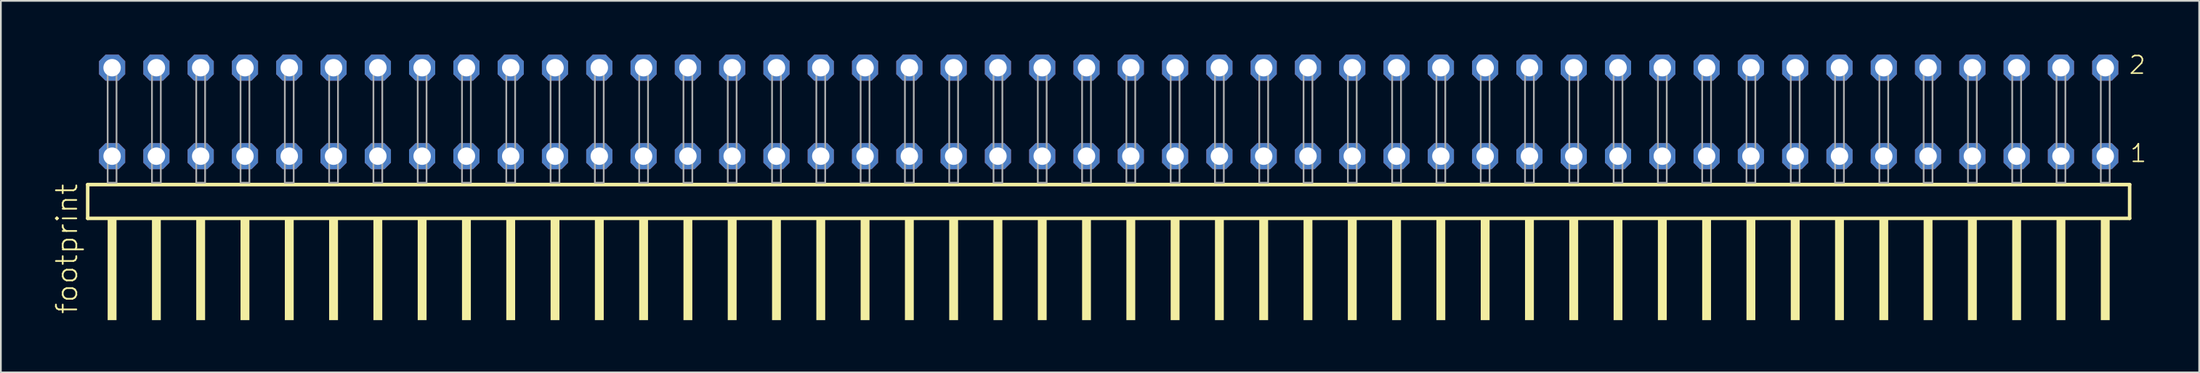
<source format=kicad_pcb>
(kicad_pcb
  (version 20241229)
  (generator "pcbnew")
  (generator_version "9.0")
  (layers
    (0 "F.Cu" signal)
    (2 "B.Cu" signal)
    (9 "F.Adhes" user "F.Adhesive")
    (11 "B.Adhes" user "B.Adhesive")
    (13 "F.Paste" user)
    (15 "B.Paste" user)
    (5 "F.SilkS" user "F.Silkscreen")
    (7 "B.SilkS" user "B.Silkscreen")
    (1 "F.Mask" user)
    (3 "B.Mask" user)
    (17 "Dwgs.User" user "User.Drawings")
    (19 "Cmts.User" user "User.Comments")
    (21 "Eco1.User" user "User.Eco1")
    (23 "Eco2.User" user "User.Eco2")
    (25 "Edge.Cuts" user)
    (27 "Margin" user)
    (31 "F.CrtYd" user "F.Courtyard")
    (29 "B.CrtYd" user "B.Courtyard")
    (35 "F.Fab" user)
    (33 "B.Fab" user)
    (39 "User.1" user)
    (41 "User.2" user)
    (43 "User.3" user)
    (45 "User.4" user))
  (footprint "footprint"
    (layer "F.Cu")
    (at 60.528 7.441)
    (property "Reference" "footprint" (at -59.055 7.62 90) (layer "F.SilkS") (effects (font (size 1.168 1.168) (thickness 0.102)) (justify left bottom)))
    (fp_line (start -58.549 0.106) (end -58.549 2.046) (stroke (width 0.203) (type solid)) (layer "F.SilkS"))
    (fp_line (start -58.549 2.046) (end 58.549 2.046) (stroke (width 0.203) (type solid)) (layer "F.SilkS"))
    (fp_line (start 58.549 0.106) (end -58.549 0.106) (stroke (width 0.203) (type solid)) (layer "F.SilkS"))
    (fp_line (start 58.549 2.046) (end 58.549 0.106) (stroke (width 0.203) (type solid)) (layer "F.SilkS"))
    (fp_poly (pts (xy -57.404 7.89) (xy -56.896 7.89) (xy -56.896 2.04) (xy -57.404 2.04)) (stroke (width 0) (type solid)) (fill yes) (layer "F.SilkS"))
    (fp_poly (pts (xy -54.864 7.89) (xy -54.356 7.89) (xy -54.356 2.04) (xy -54.864 2.04)) (stroke (width 0) (type solid)) (fill yes) (layer "F.SilkS"))
    (fp_poly (pts (xy -52.324 7.89) (xy -51.816 7.89) (xy -51.816 2.04) (xy -52.324 2.04)) (stroke (width 0) (type solid)) (fill yes) (layer "F.SilkS"))
    (fp_poly (pts (xy -49.784 7.89) (xy -49.276 7.89) (xy -49.276 2.04) (xy -49.784 2.04)) (stroke (width 0) (type solid)) (fill yes) (layer "F.SilkS"))
    (fp_poly (pts (xy -47.244 7.89) (xy -46.736 7.89) (xy -46.736 2.04) (xy -47.244 2.04)) (stroke (width 0) (type solid)) (fill yes) (layer "F.SilkS"))
    (fp_poly (pts (xy -44.704 7.89) (xy -44.196 7.89) (xy -44.196 2.04) (xy -44.704 2.04)) (stroke (width 0) (type solid)) (fill yes) (layer "F.SilkS"))
    (fp_poly (pts (xy -42.164 7.89) (xy -41.656 7.89) (xy -41.656 2.04) (xy -42.164 2.04)) (stroke (width 0) (type solid)) (fill yes) (layer "F.SilkS"))
    (fp_poly (pts (xy -39.624 7.89) (xy -39.116 7.89) (xy -39.116 2.04) (xy -39.624 2.04)) (stroke (width 0) (type solid)) (fill yes) (layer "F.SilkS"))
    (fp_poly (pts (xy -37.084 7.89) (xy -36.576 7.89) (xy -36.576 2.04) (xy -37.084 2.04)) (stroke (width 0) (type solid)) (fill yes) (layer "F.SilkS"))
    (fp_poly (pts (xy -34.544 7.89) (xy -34.036 7.89) (xy -34.036 2.04) (xy -34.544 2.04)) (stroke (width 0) (type solid)) (fill yes) (layer "F.SilkS"))
    (fp_poly (pts (xy -32.004 7.89) (xy -31.496 7.89) (xy -31.496 2.04) (xy -32.004 2.04)) (stroke (width 0) (type solid)) (fill yes) (layer "F.SilkS"))
    (fp_poly (pts (xy -29.464 7.89) (xy -28.956 7.89) (xy -28.956 2.04) (xy -29.464 2.04)) (stroke (width 0) (type solid)) (fill yes) (layer "F.SilkS"))
    (fp_poly (pts (xy -26.924 7.89) (xy -26.416 7.89) (xy -26.416 2.04) (xy -26.924 2.04)) (stroke (width 0) (type solid)) (fill yes) (layer "F.SilkS"))
    (fp_poly (pts (xy -24.384 7.89) (xy -23.876 7.89) (xy -23.876 2.04) (xy -24.384 2.04)) (stroke (width 0) (type solid)) (fill yes) (layer "F.SilkS"))
    (fp_poly (pts (xy -21.844 7.89) (xy -21.336 7.89) (xy -21.336 2.04) (xy -21.844 2.04)) (stroke (width 0) (type solid)) (fill yes) (layer "F.SilkS"))
    (fp_poly (pts (xy -19.304 7.89) (xy -18.796 7.89) (xy -18.796 2.04) (xy -19.304 2.04)) (stroke (width 0) (type solid)) (fill yes) (layer "F.SilkS"))
    (fp_poly (pts (xy -16.764 7.89) (xy -16.256 7.89) (xy -16.256 2.04) (xy -16.764 2.04)) (stroke (width 0) (type solid)) (fill yes) (layer "F.SilkS"))
    (fp_poly (pts (xy -14.224 7.89) (xy -13.716 7.89) (xy -13.716 2.04) (xy -14.224 2.04)) (stroke (width 0) (type solid)) (fill yes) (layer "F.SilkS"))
    (fp_poly (pts (xy -11.684 7.89) (xy -11.176 7.89) (xy -11.176 2.04) (xy -11.684 2.04)) (stroke (width 0) (type solid)) (fill yes) (layer "F.SilkS"))
    (fp_poly (pts (xy -9.144 7.89) (xy -8.636 7.89) (xy -8.636 2.04) (xy -9.144 2.04)) (stroke (width 0) (type solid)) (fill yes) (layer "F.SilkS"))
    (fp_poly (pts (xy -6.604 7.89) (xy -6.096 7.89) (xy -6.096 2.04) (xy -6.604 2.04)) (stroke (width 0) (type solid)) (fill yes) (layer "F.SilkS"))
    (fp_poly (pts (xy -4.064 7.89) (xy -3.556 7.89) (xy -3.556 2.04) (xy -4.064 2.04)) (stroke (width 0) (type solid)) (fill yes) (layer "F.SilkS"))
    (fp_poly (pts (xy -1.524 7.89) (xy -1.016 7.89) (xy -1.016 2.04) (xy -1.524 2.04)) (stroke (width 0) (type solid)) (fill yes) (layer "F.SilkS"))
    (fp_poly (pts (xy 1.016 7.89) (xy 1.524 7.89) (xy 1.524 2.04) (xy 1.016 2.04)) (stroke (width 0) (type solid)) (fill yes) (layer "F.SilkS"))
    (fp_poly (pts (xy 3.556 7.89) (xy 4.064 7.89) (xy 4.064 2.04) (xy 3.556 2.04)) (stroke (width 0) (type solid)) (fill yes) (layer "F.SilkS"))
    (fp_poly (pts (xy 6.096 7.89) (xy 6.604 7.89) (xy 6.604 2.04) (xy 6.096 2.04)) (stroke (width 0) (type solid)) (fill yes) (layer "F.SilkS"))
    (fp_poly (pts (xy 8.636 7.89) (xy 9.144 7.89) (xy 9.144 2.04) (xy 8.636 2.04)) (stroke (width 0) (type solid)) (fill yes) (layer "F.SilkS"))
    (fp_poly (pts (xy 11.176 7.89) (xy 11.684 7.89) (xy 11.684 2.04) (xy 11.176 2.04)) (stroke (width 0) (type solid)) (fill yes) (layer "F.SilkS"))
    (fp_poly (pts (xy 13.716 7.89) (xy 14.224 7.89) (xy 14.224 2.04) (xy 13.716 2.04)) (stroke (width 0) (type solid)) (fill yes) (layer "F.SilkS"))
    (fp_poly (pts (xy 16.256 7.89) (xy 16.764 7.89) (xy 16.764 2.04) (xy 16.256 2.04)) (stroke (width 0) (type solid)) (fill yes) (layer "F.SilkS"))
    (fp_poly (pts (xy 18.796 7.89) (xy 19.304 7.89) (xy 19.304 2.04) (xy 18.796 2.04)) (stroke (width 0) (type solid)) (fill yes) (layer "F.SilkS"))
    (fp_poly (pts (xy 21.336 7.89) (xy 21.844 7.89) (xy 21.844 2.04) (xy 21.336 2.04)) (stroke (width 0) (type solid)) (fill yes) (layer "F.SilkS"))
    (fp_poly (pts (xy 23.876 7.89) (xy 24.384 7.89) (xy 24.384 2.04) (xy 23.876 2.04)) (stroke (width 0) (type solid)) (fill yes) (layer "F.SilkS"))
    (fp_poly (pts (xy 26.416 7.89) (xy 26.924 7.89) (xy 26.924 2.04) (xy 26.416 2.04)) (stroke (width 0) (type solid)) (fill yes) (layer "F.SilkS"))
    (fp_poly (pts (xy 28.956 7.89) (xy 29.464 7.89) (xy 29.464 2.04) (xy 28.956 2.04)) (stroke (width 0) (type solid)) (fill yes) (layer "F.SilkS"))
    (fp_poly (pts (xy 31.496 7.89) (xy 32.004 7.89) (xy 32.004 2.04) (xy 31.496 2.04)) (stroke (width 0) (type solid)) (fill yes) (layer "F.SilkS"))
    (fp_poly (pts (xy 34.036 7.89) (xy 34.544 7.89) (xy 34.544 2.04) (xy 34.036 2.04)) (stroke (width 0) (type solid)) (fill yes) (layer "F.SilkS"))
    (fp_poly (pts (xy 36.576 7.89) (xy 37.084 7.89) (xy 37.084 2.04) (xy 36.576 2.04)) (stroke (width 0) (type solid)) (fill yes) (layer "F.SilkS"))
    (fp_poly (pts (xy 39.116 7.89) (xy 39.624 7.89) (xy 39.624 2.04) (xy 39.116 2.04)) (stroke (width 0) (type solid)) (fill yes) (layer "F.SilkS"))
    (fp_poly (pts (xy 41.656 7.89) (xy 42.164 7.89) (xy 42.164 2.04) (xy 41.656 2.04)) (stroke (width 0) (type solid)) (fill yes) (layer "F.SilkS"))
    (fp_poly (pts (xy 44.196 7.89) (xy 44.704 7.89) (xy 44.704 2.04) (xy 44.196 2.04)) (stroke (width 0) (type solid)) (fill yes) (layer "F.SilkS"))
    (fp_poly (pts (xy 46.736 7.89) (xy 47.244 7.89) (xy 47.244 2.04) (xy 46.736 2.04)) (stroke (width 0) (type solid)) (fill yes) (layer "F.SilkS"))
    (fp_poly (pts (xy 49.276 7.89) (xy 49.784 7.89) (xy 49.784 2.04) (xy 49.276 2.04)) (stroke (width 0) (type solid)) (fill yes) (layer "F.SilkS"))
    (fp_poly (pts (xy 51.816 7.89) (xy 52.324 7.89) (xy 52.324 2.04) (xy 51.816 2.04)) (stroke (width 0) (type solid)) (fill yes) (layer "F.SilkS"))
    (fp_poly (pts (xy 54.356 7.89) (xy 54.864 7.89) (xy 54.864 2.04) (xy 54.356 2.04)) (stroke (width 0) (type solid)) (fill yes) (layer "F.SilkS"))
    (fp_poly (pts (xy 56.896 7.89) (xy 57.404 7.89) (xy 57.404 2.04) (xy 56.896 2.04)) (stroke (width 0) (type solid)) (fill yes) (layer "F.SilkS"))
    (fp_poly (pts (xy -57.404 0) (xy -56.896 0) (xy -56.896 -6.858) (xy -57.404 -6.858)) (stroke (width 0.1) (type solid)) (fill no) (layer "F.Fab"))
    (fp_poly (pts (xy -54.864 0) (xy -54.356 0) (xy -54.356 -6.858) (xy -54.864 -6.858)) (stroke (width 0.1) (type solid)) (fill no) (layer "F.Fab"))
    (fp_poly (pts (xy -52.324 0) (xy -51.816 0) (xy -51.816 -6.858) (xy -52.324 -6.858)) (stroke (width 0.1) (type solid)) (fill no) (layer "F.Fab"))
    (fp_poly (pts (xy -49.784 0) (xy -49.276 0) (xy -49.276 -6.858) (xy -49.784 -6.858)) (stroke (width 0.1) (type solid)) (fill no) (layer "F.Fab"))
    (fp_poly (pts (xy -47.244 0) (xy -46.736 0) (xy -46.736 -6.858) (xy -47.244 -6.858)) (stroke (width 0.1) (type solid)) (fill no) (layer "F.Fab"))
    (fp_poly (pts (xy -44.704 0) (xy -44.196 0) (xy -44.196 -6.858) (xy -44.704 -6.858)) (stroke (width 0.1) (type solid)) (fill no) (layer "F.Fab"))
    (fp_poly (pts (xy -42.164 0) (xy -41.656 0) (xy -41.656 -6.858) (xy -42.164 -6.858)) (stroke (width 0.1) (type solid)) (fill no) (layer "F.Fab"))
    (fp_poly (pts (xy -39.624 0) (xy -39.116 0) (xy -39.116 -6.858) (xy -39.624 -6.858)) (stroke (width 0.1) (type solid)) (fill no) (layer "F.Fab"))
    (fp_poly (pts (xy -37.084 0) (xy -36.576 0) (xy -36.576 -6.858) (xy -37.084 -6.858)) (stroke (width 0.1) (type solid)) (fill no) (layer "F.Fab"))
    (fp_poly (pts (xy -34.544 0) (xy -34.036 0) (xy -34.036 -6.858) (xy -34.544 -6.858)) (stroke (width 0.1) (type solid)) (fill no) (layer "F.Fab"))
    (fp_poly (pts (xy -32.004 0) (xy -31.496 0) (xy -31.496 -6.858) (xy -32.004 -6.858)) (stroke (width 0.1) (type solid)) (fill no) (layer "F.Fab"))
    (fp_poly (pts (xy -29.464 0) (xy -28.956 0) (xy -28.956 -6.858) (xy -29.464 -6.858)) (stroke (width 0.1) (type solid)) (fill no) (layer "F.Fab"))
    (fp_poly (pts (xy -26.924 0) (xy -26.416 0) (xy -26.416 -6.858) (xy -26.924 -6.858)) (stroke (width 0.1) (type solid)) (fill no) (layer "F.Fab"))
    (fp_poly (pts (xy -24.384 0) (xy -23.876 0) (xy -23.876 -6.858) (xy -24.384 -6.858)) (stroke (width 0.1) (type solid)) (fill no) (layer "F.Fab"))
    (fp_poly (pts (xy -21.844 0) (xy -21.336 0) (xy -21.336 -6.858) (xy -21.844 -6.858)) (stroke (width 0.1) (type solid)) (fill no) (layer "F.Fab"))
    (fp_poly (pts (xy -19.304 0) (xy -18.796 0) (xy -18.796 -6.858) (xy -19.304 -6.858)) (stroke (width 0.1) (type solid)) (fill no) (layer "F.Fab"))
    (fp_poly (pts (xy -16.764 0) (xy -16.256 0) (xy -16.256 -6.858) (xy -16.764 -6.858)) (stroke (width 0.1) (type solid)) (fill no) (layer "F.Fab"))
    (fp_poly (pts (xy -14.224 0) (xy -13.716 0) (xy -13.716 -6.858) (xy -14.224 -6.858)) (stroke (width 0.1) (type solid)) (fill no) (layer "F.Fab"))
    (fp_poly (pts (xy -11.684 0) (xy -11.176 0) (xy -11.176 -6.858) (xy -11.684 -6.858)) (stroke (width 0.1) (type solid)) (fill no) (layer "F.Fab"))
    (fp_poly (pts (xy -9.144 0) (xy -8.636 0) (xy -8.636 -6.858) (xy -9.144 -6.858)) (stroke (width 0.1) (type solid)) (fill no) (layer "F.Fab"))
    (fp_poly (pts (xy -6.604 0) (xy -6.096 0) (xy -6.096 -6.858) (xy -6.604 -6.858)) (stroke (width 0.1) (type solid)) (fill no) (layer "F.Fab"))
    (fp_poly (pts (xy -4.064 0) (xy -3.556 0) (xy -3.556 -6.858) (xy -4.064 -6.858)) (stroke (width 0.1) (type solid)) (fill no) (layer "F.Fab"))
    (fp_poly (pts (xy -1.524 0) (xy -1.016 0) (xy -1.016 -6.858) (xy -1.524 -6.858)) (stroke (width 0.1) (type solid)) (fill no) (layer "F.Fab"))
    (fp_poly (pts (xy 1.016 0) (xy 1.524 0) (xy 1.524 -6.858) (xy 1.016 -6.858)) (stroke (width 0.1) (type solid)) (fill no) (layer "F.Fab"))
    (fp_poly (pts (xy 3.556 0) (xy 4.064 0) (xy 4.064 -6.858) (xy 3.556 -6.858)) (stroke (width 0.1) (type solid)) (fill no) (layer "F.Fab"))
    (fp_poly (pts (xy 6.096 0) (xy 6.604 0) (xy 6.604 -6.858) (xy 6.096 -6.858)) (stroke (width 0.1) (type solid)) (fill no) (layer "F.Fab"))
    (fp_poly (pts (xy 8.636 0) (xy 9.144 0) (xy 9.144 -6.858) (xy 8.636 -6.858)) (stroke (width 0.1) (type solid)) (fill no) (layer "F.Fab"))
    (fp_poly (pts (xy 11.176 0) (xy 11.684 0) (xy 11.684 -6.858) (xy 11.176 -6.858)) (stroke (width 0.1) (type solid)) (fill no) (layer "F.Fab"))
    (fp_poly (pts (xy 13.716 0) (xy 14.224 0) (xy 14.224 -6.858) (xy 13.716 -6.858)) (stroke (width 0.1) (type solid)) (fill no) (layer "F.Fab"))
    (fp_poly (pts (xy 16.256 0) (xy 16.764 0) (xy 16.764 -6.858) (xy 16.256 -6.858)) (stroke (width 0.1) (type solid)) (fill no) (layer "F.Fab"))
    (fp_poly (pts (xy 18.796 0) (xy 19.304 0) (xy 19.304 -6.858) (xy 18.796 -6.858)) (stroke (width 0.1) (type solid)) (fill no) (layer "F.Fab"))
    (fp_poly (pts (xy 21.336 0) (xy 21.844 0) (xy 21.844 -6.858) (xy 21.336 -6.858)) (stroke (width 0.1) (type solid)) (fill no) (layer "F.Fab"))
    (fp_poly (pts (xy 23.876 0) (xy 24.384 0) (xy 24.384 -6.858) (xy 23.876 -6.858)) (stroke (width 0.1) (type solid)) (fill no) (layer "F.Fab"))
    (fp_poly (pts (xy 26.416 0) (xy 26.924 0) (xy 26.924 -6.858) (xy 26.416 -6.858)) (stroke (width 0.1) (type solid)) (fill no) (layer "F.Fab"))
    (fp_poly (pts (xy 28.956 0) (xy 29.464 0) (xy 29.464 -6.858) (xy 28.956 -6.858)) (stroke (width 0.1) (type solid)) (fill no) (layer "F.Fab"))
    (fp_poly (pts (xy 31.496 0) (xy 32.004 0) (xy 32.004 -6.858) (xy 31.496 -6.858)) (stroke (width 0.1) (type solid)) (fill no) (layer "F.Fab"))
    (fp_poly (pts (xy 34.036 0) (xy 34.544 0) (xy 34.544 -6.858) (xy 34.036 -6.858)) (stroke (width 0.1) (type solid)) (fill no) (layer "F.Fab"))
    (fp_poly (pts (xy 36.576 0) (xy 37.084 0) (xy 37.084 -6.858) (xy 36.576 -6.858)) (stroke (width 0.1) (type solid)) (fill no) (layer "F.Fab"))
    (fp_poly (pts (xy 39.116 0) (xy 39.624 0) (xy 39.624 -6.858) (xy 39.116 -6.858)) (stroke (width 0.1) (type solid)) (fill no) (layer "F.Fab"))
    (fp_poly (pts (xy 41.656 0) (xy 42.164 0) (xy 42.164 -6.858) (xy 41.656 -6.858)) (stroke (width 0.1) (type solid)) (fill no) (layer "F.Fab"))
    (fp_poly (pts (xy 44.196 0) (xy 44.704 0) (xy 44.704 -6.858) (xy 44.196 -6.858)) (stroke (width 0.1) (type solid)) (fill no) (layer "F.Fab"))
    (fp_poly (pts (xy 46.736 0) (xy 47.244 0) (xy 47.244 -6.858) (xy 46.736 -6.858)) (stroke (width 0.1) (type solid)) (fill no) (layer "F.Fab"))
    (fp_poly (pts (xy 49.276 0) (xy 49.784 0) (xy 49.784 -6.858) (xy 49.276 -6.858)) (stroke (width 0.1) (type solid)) (fill no) (layer "F.Fab"))
    (fp_poly (pts (xy 51.816 0) (xy 52.324 0) (xy 52.324 -6.858) (xy 51.816 -6.858)) (stroke (width 0.1) (type solid)) (fill no) (layer "F.Fab"))
    (fp_poly (pts (xy 54.356 0) (xy 54.864 0) (xy 54.864 -6.858) (xy 54.356 -6.858)) (stroke (width 0.1) (type solid)) (fill no) (layer "F.Fab"))
    (fp_poly (pts (xy 56.896 0) (xy 57.404 0) (xy 57.404 -6.858) (xy 56.896 -6.858)) (stroke (width 0.1) (type solid)) (fill no) (layer "F.Fab"))
    (fp_text user "1" (at 58.51 -1.1 0) (layer "F.SilkS") (effects (font (size 1.012 1.012) (thickness 0.088)) (justify left bottom)))
    (fp_text user "2" (at 58.45 -6.165 0) (layer "F.SilkS") (effects (font (size 1.012 1.012) (thickness 0.088)) (justify left bottom)))
    (pad "1" thru_hole roundrect (at 57.15 -1.524 180) (size 1.5 1.5) (drill 1) (layers "*.Cu" "*.Mask") (roundrect_rratio 0.25) (chamfer_ratio 0.25) (chamfer top_left top_right bottom_left bottom_right))
    (pad "2" thru_hole roundrect (at 57.15 -6.604 180) (size 1.5 1.5) (drill 1) (layers "*.Cu" "*.Mask") (roundrect_rratio 0.25) (chamfer_ratio 0.25) (chamfer top_left top_right bottom_left bottom_right))
    (pad "3" thru_hole roundrect (at 54.61 -1.524 180) (size 1.5 1.5) (drill 1) (layers "*.Cu" "*.Mask") (roundrect_rratio 0.25) (chamfer_ratio 0.25) (chamfer top_left top_right bottom_left bottom_right))
    (pad "4" thru_hole roundrect (at 54.61 -6.604 180) (size 1.5 1.5) (drill 1) (layers "*.Cu" "*.Mask") (roundrect_rratio 0.25) (chamfer_ratio 0.25) (chamfer top_left top_right bottom_left bottom_right))
    (pad "5" thru_hole roundrect (at 52.07 -1.524 180) (size 1.5 1.5) (drill 1) (layers "*.Cu" "*.Mask") (roundrect_rratio 0.25) (chamfer_ratio 0.25) (chamfer top_left top_right bottom_left bottom_right))
    (pad "6" thru_hole roundrect (at 52.07 -6.604 180) (size 1.5 1.5) (drill 1) (layers "*.Cu" "*.Mask") (roundrect_rratio 0.25) (chamfer_ratio 0.25) (chamfer top_left top_right bottom_left bottom_right))
    (pad "7" thru_hole roundrect (at 49.53 -1.524 180) (size 1.5 1.5) (drill 1) (layers "*.Cu" "*.Mask") (roundrect_rratio 0.25) (chamfer_ratio 0.25) (chamfer top_left top_right bottom_left bottom_right))
    (pad "8" thru_hole roundrect (at 49.53 -6.604 180) (size 1.5 1.5) (drill 1) (layers "*.Cu" "*.Mask") (roundrect_rratio 0.25) (chamfer_ratio 0.25) (chamfer top_left top_right bottom_left bottom_right))
    (pad "9" thru_hole roundrect (at 46.99 -1.524 180) (size 1.5 1.5) (drill 1) (layers "*.Cu" "*.Mask") (roundrect_rratio 0.25) (chamfer_ratio 0.25) (chamfer top_left top_right bottom_left bottom_right))
    (pad "10" thru_hole roundrect (at 46.99 -6.604 180) (size 1.5 1.5) (drill 1) (layers "*.Cu" "*.Mask") (roundrect_rratio 0.25) (chamfer_ratio 0.25) (chamfer top_left top_right bottom_left bottom_right))
    (pad "11" thru_hole roundrect (at 44.45 -1.524 180) (size 1.5 1.5) (drill 1) (layers "*.Cu" "*.Mask") (roundrect_rratio 0.25) (chamfer_ratio 0.25) (chamfer top_left top_right bottom_left bottom_right))
    (pad "12" thru_hole roundrect (at 44.45 -6.604 180) (size 1.5 1.5) (drill 1) (layers "*.Cu" "*.Mask") (roundrect_rratio 0.25) (chamfer_ratio 0.25) (chamfer top_left top_right bottom_left bottom_right))
    (pad "13" thru_hole roundrect (at 41.91 -1.524 180) (size 1.5 1.5) (drill 1) (layers "*.Cu" "*.Mask") (roundrect_rratio 0.25) (chamfer_ratio 0.25) (chamfer top_left top_right bottom_left bottom_right))
    (pad "14" thru_hole roundrect (at 41.91 -6.604 180) (size 1.5 1.5) (drill 1) (layers "*.Cu" "*.Mask") (roundrect_rratio 0.25) (chamfer_ratio 0.25) (chamfer top_left top_right bottom_left bottom_right))
    (pad "15" thru_hole roundrect (at 39.37 -1.524 180) (size 1.5 1.5) (drill 1) (layers "*.Cu" "*.Mask") (roundrect_rratio 0.25) (chamfer_ratio 0.25) (chamfer top_left top_right bottom_left bottom_right))
    (pad "16" thru_hole roundrect (at 39.37 -6.604 180) (size 1.5 1.5) (drill 1) (layers "*.Cu" "*.Mask") (roundrect_rratio 0.25) (chamfer_ratio 0.25) (chamfer top_left top_right bottom_left bottom_right))
    (pad "17" thru_hole roundrect (at 36.83 -1.524 180) (size 1.5 1.5) (drill 1) (layers "*.Cu" "*.Mask") (roundrect_rratio 0.25) (chamfer_ratio 0.25) (chamfer top_left top_right bottom_left bottom_right))
    (pad "18" thru_hole roundrect (at 36.83 -6.604 180) (size 1.5 1.5) (drill 1) (layers "*.Cu" "*.Mask") (roundrect_rratio 0.25) (chamfer_ratio 0.25) (chamfer top_left top_right bottom_left bottom_right))
    (pad "19" thru_hole roundrect (at 34.29 -1.524 180) (size 1.5 1.5) (drill 1) (layers "*.Cu" "*.Mask") (roundrect_rratio 0.25) (chamfer_ratio 0.25) (chamfer top_left top_right bottom_left bottom_right))
    (pad "20" thru_hole roundrect (at 34.29 -6.604 180) (size 1.5 1.5) (drill 1) (layers "*.Cu" "*.Mask") (roundrect_rratio 0.25) (chamfer_ratio 0.25) (chamfer top_left top_right bottom_left bottom_right))
    (pad "21" thru_hole roundrect (at 31.75 -1.524 180) (size 1.5 1.5) (drill 1) (layers "*.Cu" "*.Mask") (roundrect_rratio 0.25) (chamfer_ratio 0.25) (chamfer top_left top_right bottom_left bottom_right))
    (pad "22" thru_hole roundrect (at 31.75 -6.604 180) (size 1.5 1.5) (drill 1) (layers "*.Cu" "*.Mask") (roundrect_rratio 0.25) (chamfer_ratio 0.25) (chamfer top_left top_right bottom_left bottom_right))
    (pad "23" thru_hole roundrect (at 29.21 -1.524 180) (size 1.5 1.5) (drill 1) (layers "*.Cu" "*.Mask") (roundrect_rratio 0.25) (chamfer_ratio 0.25) (chamfer top_left top_right bottom_left bottom_right))
    (pad "24" thru_hole roundrect (at 29.21 -6.604 180) (size 1.5 1.5) (drill 1) (layers "*.Cu" "*.Mask") (roundrect_rratio 0.25) (chamfer_ratio 0.25) (chamfer top_left top_right bottom_left bottom_right))
    (pad "25" thru_hole roundrect (at 26.67 -1.524 180) (size 1.5 1.5) (drill 1) (layers "*.Cu" "*.Mask") (roundrect_rratio 0.25) (chamfer_ratio 0.25) (chamfer top_left top_right bottom_left bottom_right))
    (pad "26" thru_hole roundrect (at 26.67 -6.604 180) (size 1.5 1.5) (drill 1) (layers "*.Cu" "*.Mask") (roundrect_rratio 0.25) (chamfer_ratio 0.25) (chamfer top_left top_right bottom_left bottom_right))
    (pad "27" thru_hole roundrect (at 24.13 -1.524 180) (size 1.5 1.5) (drill 1) (layers "*.Cu" "*.Mask") (roundrect_rratio 0.25) (chamfer_ratio 0.25) (chamfer top_left top_right bottom_left bottom_right))
    (pad "28" thru_hole roundrect (at 24.13 -6.604 180) (size 1.5 1.5) (drill 1) (layers "*.Cu" "*.Mask") (roundrect_rratio 0.25) (chamfer_ratio 0.25) (chamfer top_left top_right bottom_left bottom_right))
    (pad "29" thru_hole roundrect (at 21.59 -1.524 180) (size 1.5 1.5) (drill 1) (layers "*.Cu" "*.Mask") (roundrect_rratio 0.25) (chamfer_ratio 0.25) (chamfer top_left top_right bottom_left bottom_right))
    (pad "30" thru_hole roundrect (at 21.59 -6.604 180) (size 1.5 1.5) (drill 1) (layers "*.Cu" "*.Mask") (roundrect_rratio 0.25) (chamfer_ratio 0.25) (chamfer top_left top_right bottom_left bottom_right))
    (pad "31" thru_hole roundrect (at 19.05 -1.524 180) (size 1.5 1.5) (drill 1) (layers "*.Cu" "*.Mask") (roundrect_rratio 0.25) (chamfer_ratio 0.25) (chamfer top_left top_right bottom_left bottom_right))
    (pad "32" thru_hole roundrect (at 19.05 -6.604 180) (size 1.5 1.5) (drill 1) (layers "*.Cu" "*.Mask") (roundrect_rratio 0.25) (chamfer_ratio 0.25) (chamfer top_left top_right bottom_left bottom_right))
    (pad "33" thru_hole roundrect (at 16.51 -1.524 180) (size 1.5 1.5) (drill 1) (layers "*.Cu" "*.Mask") (roundrect_rratio 0.25) (chamfer_ratio 0.25) (chamfer top_left top_right bottom_left bottom_right))
    (pad "34" thru_hole roundrect (at 16.51 -6.604 180) (size 1.5 1.5) (drill 1) (layers "*.Cu" "*.Mask") (roundrect_rratio 0.25) (chamfer_ratio 0.25) (chamfer top_left top_right bottom_left bottom_right))
    (pad "35" thru_hole roundrect (at 13.97 -1.524 180) (size 1.5 1.5) (drill 1) (layers "*.Cu" "*.Mask") (roundrect_rratio 0.25) (chamfer_ratio 0.25) (chamfer top_left top_right bottom_left bottom_right))
    (pad "36" thru_hole roundrect (at 13.97 -6.604 180) (size 1.5 1.5) (drill 1) (layers "*.Cu" "*.Mask") (roundrect_rratio 0.25) (chamfer_ratio 0.25) (chamfer top_left top_right bottom_left bottom_right))
    (pad "37" thru_hole roundrect (at 11.43 -1.524 180) (size 1.5 1.5) (drill 1) (layers "*.Cu" "*.Mask") (roundrect_rratio 0.25) (chamfer_ratio 0.25) (chamfer top_left top_right bottom_left bottom_right))
    (pad "38" thru_hole roundrect (at 11.43 -6.604 180) (size 1.5 1.5) (drill 1) (layers "*.Cu" "*.Mask") (roundrect_rratio 0.25) (chamfer_ratio 0.25) (chamfer top_left top_right bottom_left bottom_right))
    (pad "39" thru_hole roundrect (at 8.89 -1.524 180) (size 1.5 1.5) (drill 1) (layers "*.Cu" "*.Mask") (roundrect_rratio 0.25) (chamfer_ratio 0.25) (chamfer top_left top_right bottom_left bottom_right))
    (pad "40" thru_hole roundrect (at 8.89 -6.604 180) (size 1.5 1.5) (drill 1) (layers "*.Cu" "*.Mask") (roundrect_rratio 0.25) (chamfer_ratio 0.25) (chamfer top_left top_right bottom_left bottom_right))
    (pad "41" thru_hole roundrect (at 6.35 -1.524 180) (size 1.5 1.5) (drill 1) (layers "*.Cu" "*.Mask") (roundrect_rratio 0.25) (chamfer_ratio 0.25) (chamfer top_left top_right bottom_left bottom_right))
    (pad "42" thru_hole roundrect (at 6.35 -6.604 180) (size 1.5 1.5) (drill 1) (layers "*.Cu" "*.Mask") (roundrect_rratio 0.25) (chamfer_ratio 0.25) (chamfer top_left top_right bottom_left bottom_right))
    (pad "43" thru_hole roundrect (at 3.81 -1.524 180) (size 1.5 1.5) (drill 1) (layers "*.Cu" "*.Mask") (roundrect_rratio 0.25) (chamfer_ratio 0.25) (chamfer top_left top_right bottom_left bottom_right))
    (pad "44" thru_hole roundrect (at 3.81 -6.604 180) (size 1.5 1.5) (drill 1) (layers "*.Cu" "*.Mask") (roundrect_rratio 0.25) (chamfer_ratio 0.25) (chamfer top_left top_right bottom_left bottom_right))
    (pad "45" thru_hole roundrect (at 1.27 -1.524 180) (size 1.5 1.5) (drill 1) (layers "*.Cu" "*.Mask") (roundrect_rratio 0.25) (chamfer_ratio 0.25) (chamfer top_left top_right bottom_left bottom_right))
    (pad "46" thru_hole roundrect (at 1.27 -6.604 180) (size 1.5 1.5) (drill 1) (layers "*.Cu" "*.Mask") (roundrect_rratio 0.25) (chamfer_ratio 0.25) (chamfer top_left top_right bottom_left bottom_right))
    (pad "47" thru_hole roundrect (at -1.27 -1.524 180) (size 1.5 1.5) (drill 1) (layers "*.Cu" "*.Mask") (roundrect_rratio 0.25) (chamfer_ratio 0.25) (chamfer top_left top_right bottom_left bottom_right))
    (pad "48" thru_hole roundrect (at -1.27 -6.604 180) (size 1.5 1.5) (drill 1) (layers "*.Cu" "*.Mask") (roundrect_rratio 0.25) (chamfer_ratio 0.25) (chamfer top_left top_right bottom_left bottom_right))
    (pad "49" thru_hole roundrect (at -3.81 -1.524 180) (size 1.5 1.5) (drill 1) (layers "*.Cu" "*.Mask") (roundrect_rratio 0.25) (chamfer_ratio 0.25) (chamfer top_left top_right bottom_left bottom_right))
    (pad "50" thru_hole roundrect (at -3.81 -6.604 180) (size 1.5 1.5) (drill 1) (layers "*.Cu" "*.Mask") (roundrect_rratio 0.25) (chamfer_ratio 0.25) (chamfer top_left top_right bottom_left bottom_right))
    (pad "51" thru_hole roundrect (at -6.35 -1.524 180) (size 1.5 1.5) (drill 1) (layers "*.Cu" "*.Mask") (roundrect_rratio 0.25) (chamfer_ratio 0.25) (chamfer top_left top_right bottom_left bottom_right))
    (pad "52" thru_hole roundrect (at -6.35 -6.604 180) (size 1.5 1.5) (drill 1) (layers "*.Cu" "*.Mask") (roundrect_rratio 0.25) (chamfer_ratio 0.25) (chamfer top_left top_right bottom_left bottom_right))
    (pad "53" thru_hole roundrect (at -8.89 -1.524 180) (size 1.5 1.5) (drill 1) (layers "*.Cu" "*.Mask") (roundrect_rratio 0.25) (chamfer_ratio 0.25) (chamfer top_left top_right bottom_left bottom_right))
    (pad "54" thru_hole roundrect (at -8.89 -6.604 180) (size 1.5 1.5) (drill 1) (layers "*.Cu" "*.Mask") (roundrect_rratio 0.25) (chamfer_ratio 0.25) (chamfer top_left top_right bottom_left bottom_right))
    (pad "55" thru_hole roundrect (at -11.43 -1.524 180) (size 1.5 1.5) (drill 1) (layers "*.Cu" "*.Mask") (roundrect_rratio 0.25) (chamfer_ratio 0.25) (chamfer top_left top_right bottom_left bottom_right))
    (pad "56" thru_hole roundrect (at -11.43 -6.604 180) (size 1.5 1.5) (drill 1) (layers "*.Cu" "*.Mask") (roundrect_rratio 0.25) (chamfer_ratio 0.25) (chamfer top_left top_right bottom_left bottom_right))
    (pad "57" thru_hole roundrect (at -13.97 -1.524 180) (size 1.5 1.5) (drill 1) (layers "*.Cu" "*.Mask") (roundrect_rratio 0.25) (chamfer_ratio 0.25) (chamfer top_left top_right bottom_left bottom_right))
    (pad "58" thru_hole roundrect (at -13.97 -6.604 180) (size 1.5 1.5) (drill 1) (layers "*.Cu" "*.Mask") (roundrect_rratio 0.25) (chamfer_ratio 0.25) (chamfer top_left top_right bottom_left bottom_right))
    (pad "59" thru_hole roundrect (at -16.51 -1.524 180) (size 1.5 1.5) (drill 1) (layers "*.Cu" "*.Mask") (roundrect_rratio 0.25) (chamfer_ratio 0.25) (chamfer top_left top_right bottom_left bottom_right))
    (pad "60" thru_hole roundrect (at -16.51 -6.604 180) (size 1.5 1.5) (drill 1) (layers "*.Cu" "*.Mask") (roundrect_rratio 0.25) (chamfer_ratio 0.25) (chamfer top_left top_right bottom_left bottom_right))
    (pad "61" thru_hole roundrect (at -19.05 -1.524 180) (size 1.5 1.5) (drill 1) (layers "*.Cu" "*.Mask") (roundrect_rratio 0.25) (chamfer_ratio 0.25) (chamfer top_left top_right bottom_left bottom_right))
    (pad "62" thru_hole roundrect (at -19.05 -6.604 180) (size 1.5 1.5) (drill 1) (layers "*.Cu" "*.Mask") (roundrect_rratio 0.25) (chamfer_ratio 0.25) (chamfer top_left top_right bottom_left bottom_right))
    (pad "63" thru_hole roundrect (at -21.59 -1.524 180) (size 1.5 1.5) (drill 1) (layers "*.Cu" "*.Mask") (roundrect_rratio 0.25) (chamfer_ratio 0.25) (chamfer top_left top_right bottom_left bottom_right))
    (pad "64" thru_hole roundrect (at -21.59 -6.604 180) (size 1.5 1.5) (drill 1) (layers "*.Cu" "*.Mask") (roundrect_rratio 0.25) (chamfer_ratio 0.25) (chamfer top_left top_right bottom_left bottom_right))
    (pad "65" thru_hole roundrect (at -24.13 -1.524 180) (size 1.5 1.5) (drill 1) (layers "*.Cu" "*.Mask") (roundrect_rratio 0.25) (chamfer_ratio 0.25) (chamfer top_left top_right bottom_left bottom_right))
    (pad "66" thru_hole roundrect (at -24.13 -6.604 180) (size 1.5 1.5) (drill 1) (layers "*.Cu" "*.Mask") (roundrect_rratio 0.25) (chamfer_ratio 0.25) (chamfer top_left top_right bottom_left bottom_right))
    (pad "67" thru_hole roundrect (at -26.67 -1.524 180) (size 1.5 1.5) (drill 1) (layers "*.Cu" "*.Mask") (roundrect_rratio 0.25) (chamfer_ratio 0.25) (chamfer top_left top_right bottom_left bottom_right))
    (pad "68" thru_hole roundrect (at -26.67 -6.604 180) (size 1.5 1.5) (drill 1) (layers "*.Cu" "*.Mask") (roundrect_rratio 0.25) (chamfer_ratio 0.25) (chamfer top_left top_right bottom_left bottom_right))
    (pad "69" thru_hole roundrect (at -29.21 -1.524 180) (size 1.5 1.5) (drill 1) (layers "*.Cu" "*.Mask") (roundrect_rratio 0.25) (chamfer_ratio 0.25) (chamfer top_left top_right bottom_left bottom_right))
    (pad "70" thru_hole roundrect (at -29.21 -6.604 180) (size 1.5 1.5) (drill 1) (layers "*.Cu" "*.Mask") (roundrect_rratio 0.25) (chamfer_ratio 0.25) (chamfer top_left top_right bottom_left bottom_right))
    (pad "71" thru_hole roundrect (at -31.75 -1.524 180) (size 1.5 1.5) (drill 1) (layers "*.Cu" "*.Mask") (roundrect_rratio 0.25) (chamfer_ratio 0.25) (chamfer top_left top_right bottom_left bottom_right))
    (pad "72" thru_hole roundrect (at -31.75 -6.604 180) (size 1.5 1.5) (drill 1) (layers "*.Cu" "*.Mask") (roundrect_rratio 0.25) (chamfer_ratio 0.25) (chamfer top_left top_right bottom_left bottom_right))
    (pad "73" thru_hole roundrect (at -34.29 -1.524 180) (size 1.5 1.5) (drill 1) (layers "*.Cu" "*.Mask") (roundrect_rratio 0.25) (chamfer_ratio 0.25) (chamfer top_left top_right bottom_left bottom_right))
    (pad "74" thru_hole roundrect (at -34.29 -6.604 180) (size 1.5 1.5) (drill 1) (layers "*.Cu" "*.Mask") (roundrect_rratio 0.25) (chamfer_ratio 0.25) (chamfer top_left top_right bottom_left bottom_right))
    (pad "75" thru_hole roundrect (at -36.83 -1.524 180) (size 1.5 1.5) (drill 1) (layers "*.Cu" "*.Mask") (roundrect_rratio 0.25) (chamfer_ratio 0.25) (chamfer top_left top_right bottom_left bottom_right))
    (pad "76" thru_hole roundrect (at -36.83 -6.604 180) (size 1.5 1.5) (drill 1) (layers "*.Cu" "*.Mask") (roundrect_rratio 0.25) (chamfer_ratio 0.25) (chamfer top_left top_right bottom_left bottom_right))
    (pad "77" thru_hole roundrect (at -39.37 -1.524 180) (size 1.5 1.5) (drill 1) (layers "*.Cu" "*.Mask") (roundrect_rratio 0.25) (chamfer_ratio 0.25) (chamfer top_left top_right bottom_left bottom_right))
    (pad "78" thru_hole roundrect (at -39.37 -6.604 180) (size 1.5 1.5) (drill 1) (layers "*.Cu" "*.Mask") (roundrect_rratio 0.25) (chamfer_ratio 0.25) (chamfer top_left top_right bottom_left bottom_right))
    (pad "79" thru_hole roundrect (at -41.91 -1.524 180) (size 1.5 1.5) (drill 1) (layers "*.Cu" "*.Mask") (roundrect_rratio 0.25) (chamfer_ratio 0.25) (chamfer top_left top_right bottom_left bottom_right))
    (pad "80" thru_hole roundrect (at -41.91 -6.604 180) (size 1.5 1.5) (drill 1) (layers "*.Cu" "*.Mask") (roundrect_rratio 0.25) (chamfer_ratio 0.25) (chamfer top_left top_right bottom_left bottom_right))
    (pad "81" thru_hole roundrect (at -44.45 -1.524 180) (size 1.5 1.5) (drill 1) (layers "*.Cu" "*.Mask") (roundrect_rratio 0.25) (chamfer_ratio 0.25) (chamfer top_left top_right bottom_left bottom_right))
    (pad "82" thru_hole roundrect (at -44.45 -6.604 180) (size 1.5 1.5) (drill 1) (layers "*.Cu" "*.Mask") (roundrect_rratio 0.25) (chamfer_ratio 0.25) (chamfer top_left top_right bottom_left bottom_right))
    (pad "83" thru_hole roundrect (at -46.99 -1.524 180) (size 1.5 1.5) (drill 1) (layers "*.Cu" "*.Mask") (roundrect_rratio 0.25) (chamfer_ratio 0.25) (chamfer top_left top_right bottom_left bottom_right))
    (pad "84" thru_hole roundrect (at -46.99 -6.604 180) (size 1.5 1.5) (drill 1) (layers "*.Cu" "*.Mask") (roundrect_rratio 0.25) (chamfer_ratio 0.25) (chamfer top_left top_right bottom_left bottom_right))
    (pad "85" thru_hole roundrect (at -49.53 -1.524 180) (size 1.5 1.5) (drill 1) (layers "*.Cu" "*.Mask") (roundrect_rratio 0.25) (chamfer_ratio 0.25) (chamfer top_left top_right bottom_left bottom_right))
    (pad "86" thru_hole roundrect (at -49.53 -6.604 180) (size 1.5 1.5) (drill 1) (layers "*.Cu" "*.Mask") (roundrect_rratio 0.25) (chamfer_ratio 0.25) (chamfer top_left top_right bottom_left bottom_right))
    (pad "87" thru_hole roundrect (at -52.07 -1.524 180) (size 1.5 1.5) (drill 1) (layers "*.Cu" "*.Mask") (roundrect_rratio 0.25) (chamfer_ratio 0.25) (chamfer top_left top_right bottom_left bottom_right))
    (pad "88" thru_hole roundrect (at -52.07 -6.604 180) (size 1.5 1.5) (drill 1) (layers "*.Cu" "*.Mask") (roundrect_rratio 0.25) (chamfer_ratio 0.25) (chamfer top_left top_right bottom_left bottom_right))
    (pad "89" thru_hole roundrect (at -54.61 -1.524 180) (size 1.5 1.5) (drill 1) (layers "*.Cu" "*.Mask") (roundrect_rratio 0.25) (chamfer_ratio 0.25) (chamfer top_left top_right bottom_left bottom_right))
    (pad "90" thru_hole roundrect (at -54.61 -6.604 180) (size 1.5 1.5) (drill 1) (layers "*.Cu" "*.Mask") (roundrect_rratio 0.25) (chamfer_ratio 0.25) (chamfer top_left top_right bottom_left bottom_right))
    (pad "91" thru_hole roundrect (at -57.15 -1.524 180) (size 1.5 1.5) (drill 1) (layers "*.Cu" "*.Mask") (roundrect_rratio 0.25) (chamfer_ratio 0.25) (chamfer top_left top_right bottom_left bottom_right))
    (pad "92" thru_hole roundrect (at -57.15 -6.604 180) (size 1.5 1.5) (drill 1) (layers "*.Cu" "*.Mask") (roundrect_rratio 0.25) (chamfer_ratio 0.25) (chamfer top_left top_right bottom_left bottom_right)))
  (gr_rect
    (start -3 -3)
    (end 123.064 18.331)
    (stroke (width 0.1) (type default))
    (fill no)
    (layer "Edge.Cuts")))
</source>
